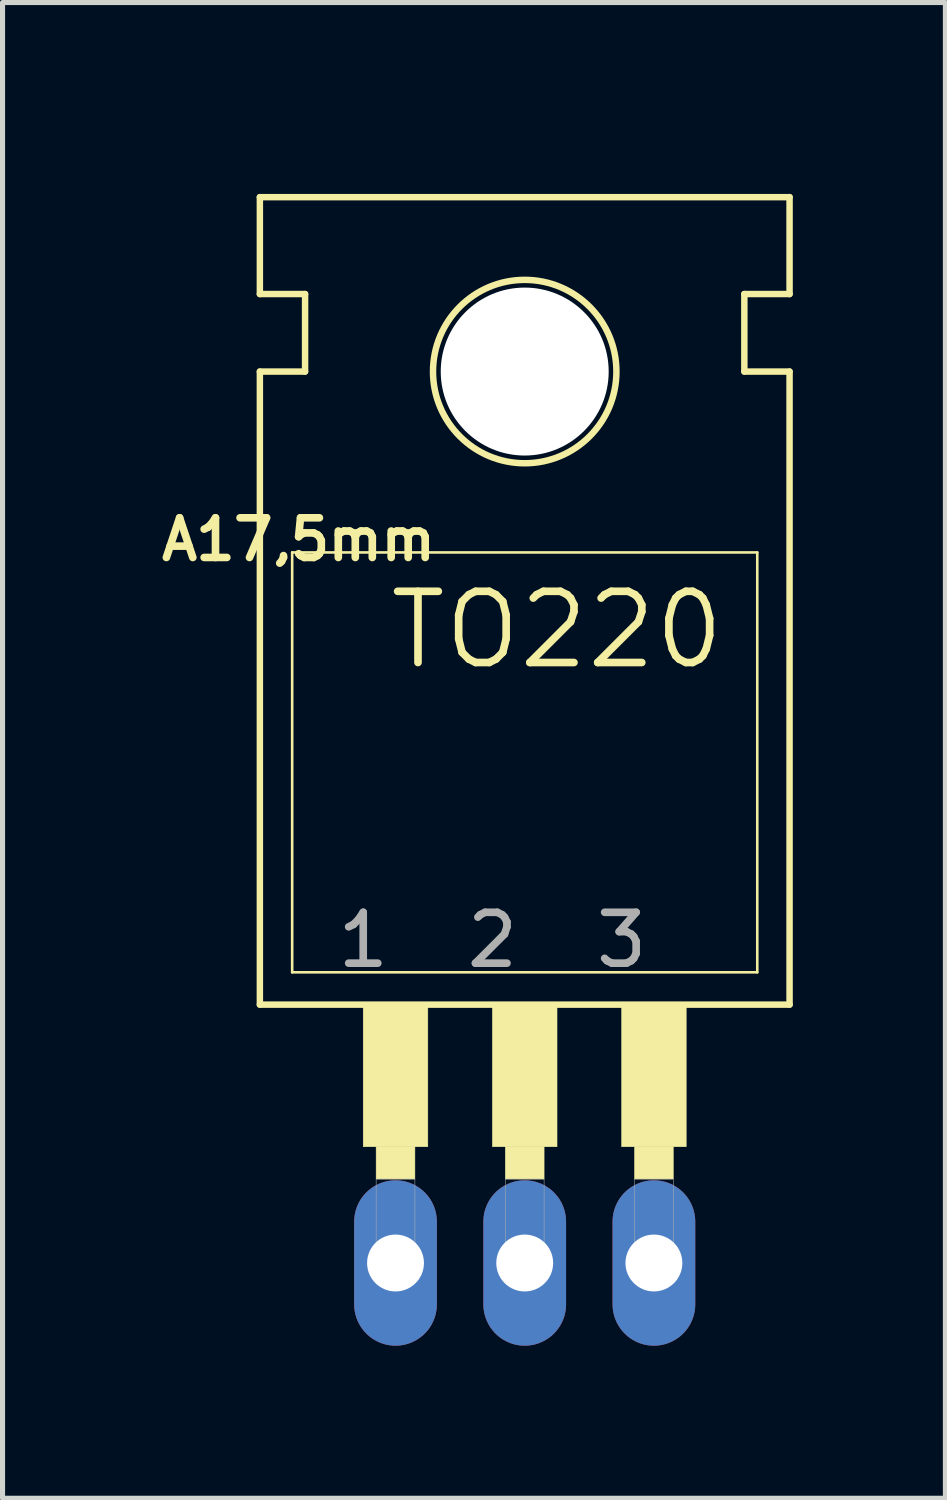
<source format=kicad_pcb>
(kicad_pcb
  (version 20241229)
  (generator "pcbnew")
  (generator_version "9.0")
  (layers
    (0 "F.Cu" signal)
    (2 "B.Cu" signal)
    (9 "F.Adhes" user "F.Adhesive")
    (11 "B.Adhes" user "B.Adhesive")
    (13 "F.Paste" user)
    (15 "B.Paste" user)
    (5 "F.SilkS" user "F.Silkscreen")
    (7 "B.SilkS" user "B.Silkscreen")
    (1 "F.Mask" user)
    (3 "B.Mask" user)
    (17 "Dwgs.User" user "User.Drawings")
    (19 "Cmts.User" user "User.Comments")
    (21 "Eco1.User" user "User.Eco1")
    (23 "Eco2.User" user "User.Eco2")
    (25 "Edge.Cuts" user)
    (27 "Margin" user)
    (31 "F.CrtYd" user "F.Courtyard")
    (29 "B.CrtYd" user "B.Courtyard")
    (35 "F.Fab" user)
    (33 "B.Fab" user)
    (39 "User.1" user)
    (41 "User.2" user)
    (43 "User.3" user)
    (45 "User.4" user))
  (footprint "TO220"
    (layer "F.Cu")
    (at 7.266 15.431)
    (property "Reference" "TO220" (at 0.635 -6.096 0) (layer "F.SilkS") (effects (font (size 1.4 1.4) (thickness 0.15))))
    (attr through_hole)
    (fp_circle (center 0 -11.176) (end 0.635 -11.176) (stroke (width 0.61) (type solid)) (fill no) (layer "B.Cu"))
    (fp_line (start -5.207 -12.7) (end -5.207 -14.605) (stroke (width 0.127) (type solid)) (layer "F.SilkS"))
    (fp_line (start -5.207 -11.176) (end -4.318 -11.176) (stroke (width 0.127) (type solid)) (layer "F.SilkS"))
    (fp_line (start -5.207 1.27) (end -5.207 -11.176) (stroke (width 0.127) (type solid)) (layer "F.SilkS"))
    (fp_line (start -5.207 1.27) (end 5.207 1.27) (stroke (width 0.127) (type solid)) (layer "F.SilkS"))
    (fp_line (start -4.572 0.635) (end -4.572 -7.62) (stroke (width 0.051) (type solid)) (layer "F.SilkS"))
    (fp_line (start -4.572 0.635) (end 4.572 0.635) (stroke (width 0.051) (type solid)) (layer "F.SilkS"))
    (fp_line (start -4.318 -12.7) (end -5.207 -12.7) (stroke (width 0.127) (type solid)) (layer "F.SilkS"))
    (fp_line (start -4.318 -11.176) (end -4.318 -12.7) (stroke (width 0.127) (type solid)) (layer "F.SilkS"))
    (fp_line (start 4.318 -12.7) (end 5.207 -12.7) (stroke (width 0.127) (type solid)) (layer "F.SilkS"))
    (fp_line (start 4.318 -11.176) (end 4.318 -12.7) (stroke (width 0.127) (type solid)) (layer "F.SilkS"))
    (fp_line (start 4.572 -7.62) (end -4.572 -7.62) (stroke (width 0.051) (type solid)) (layer "F.SilkS"))
    (fp_line (start 4.572 -7.62) (end 4.572 0.635) (stroke (width 0.051) (type solid)) (layer "F.SilkS"))
    (fp_line (start 5.207 -14.605) (end -5.207 -14.605) (stroke (width 0.127) (type solid)) (layer "F.SilkS"))
    (fp_line (start 5.207 -12.7) (end 5.207 -14.605) (stroke (width 0.127) (type solid)) (layer "F.SilkS"))
    (fp_line (start 5.207 -11.176) (end 4.318 -11.176) (stroke (width 0.127) (type solid)) (layer "F.SilkS"))
    (fp_line (start 5.207 1.27) (end 5.207 -11.176) (stroke (width 0.127) (type solid)) (layer "F.SilkS"))
    (fp_circle (center 0 -11.176) (end 1.803 -11.176) (stroke (width 0.127) (type solid)) (fill no) (layer "F.SilkS"))
    (fp_poly (pts (xy -3.175 1.27) (xy -1.905 1.27) (xy -1.905 4.064) (xy -3.175 4.064)) (stroke (width 0.01) (type solid)) (fill yes) (layer "F.SilkS"))
    (fp_poly (pts (xy -2.921 4.064) (xy -2.159 4.064) (xy -2.159 4.699) (xy -2.921 4.699)) (stroke (width 0.01) (type solid)) (fill yes) (layer "F.SilkS"))
    (fp_poly (pts (xy -0.635 1.27) (xy 0.635 1.27) (xy 0.635 4.064) (xy -0.635 4.064)) (stroke (width 0.01) (type solid)) (fill yes) (layer "F.SilkS"))
    (fp_poly (pts (xy -0.381 4.064) (xy 0.381 4.064) (xy 0.381 4.699) (xy -0.381 4.699)) (stroke (width 0.01) (type solid)) (fill yes) (layer "F.SilkS"))
    (fp_poly (pts (xy 1.905 1.27) (xy 3.175 1.27) (xy 3.175 4.064) (xy 1.905 4.064)) (stroke (width 0.01) (type solid)) (fill yes) (layer "F.SilkS"))
    (fp_poly (pts (xy 2.159 4.064) (xy 2.921 4.064) (xy 2.921 4.699) (xy 2.159 4.699)) (stroke (width 0.01) (type solid)) (fill yes) (layer "F.SilkS"))
    (fp_poly (pts (xy -2.921 4.699) (xy -2.159 4.699) (xy -2.159 6.604) (xy -2.921 6.604)) (stroke (width 0.01) (type solid)) (fill no) (layer "F.Fab"))
    (fp_poly (pts (xy -0.381 4.699) (xy 0.381 4.699) (xy 0.381 6.604) (xy -0.381 6.604)) (stroke (width 0.01) (type solid)) (fill no) (layer "F.Fab"))
    (fp_poly (pts (xy 2.159 4.699) (xy 2.921 4.699) (xy 2.921 6.604) (xy 2.159 6.604)) (stroke (width 0.01) (type solid)) (fill no) (layer "F.Fab"))
    (fp_text user "A17,5mm" (at -4.445 -7.874 0) (layer "F.SilkS") (effects (font (size 0.78 0.78) (thickness 0.15))))
    (fp_text user "2" (at -0.635 0 0) (layer "F.Fab") (effects (font (size 1 1) (thickness 0.15))))
    (fp_text user "1" (at -3.175 0 0) (layer "F.Fab") (effects (font (size 1 1) (thickness 0.15))))
    (fp_text user "3" (at 1.905 0 0) (layer "F.Fab") (effects (font (size 1 1) (thickness 0.15))))
    (pad "" np_thru_hole circle (at 0 -11.176) (size 3.302 3.302) (drill 3.302) (layers "*.Cu" "*.Mask"))
    (pad "1" thru_hole oval (at -2.54 6.35) (size 1.626 3.251) (drill 1.118) (layers "*.Cu" "*.Mask"))
    (pad "2" thru_hole oval (at 0 6.35) (size 1.626 3.251) (drill 1.118) (layers "*.Cu" "*.Mask"))
    (pad "3" thru_hole oval (at 2.54 6.35) (size 1.626 3.251) (drill 1.118) (layers "*.Cu" "*.Mask"))
    (zone (net_name "") (layers "F.Cu" "B.Cu") (hatch full 0.508) (connect_pads) (min_thickness 0.127) (filled_areas_thickness no) (keepout (tracks allowed) (vias not_allowed) (pads allowed) (copperpour allowed) (footprints allowed)) (placement (enabled no)) (fill) (polygon (pts (xy 11.521 4.255) (xy 11.5 4.672) (xy 11.439 5.085) (xy 11.338 5.49) (xy 11.197 5.883) (xy 11.018 6.26) (xy 10.804 6.618) (xy 10.555 6.954) (xy 10.275 7.263) (xy 9.965 7.543) (xy 9.63 7.792) (xy 9.272 8.007) (xy 8.894 8.185) (xy 8.501 8.326) (xy 8.096 8.427) (xy 7.683 8.489) (xy 7.266 8.509) (xy 6.849 8.489) (xy 6.436 8.427) (xy 6.031 8.326) (xy 5.638 8.185) (xy 5.261 8.007) (xy 4.903 7.792) (xy 4.567 7.543) (xy 4.258 7.263) (xy 3.978 6.954) (xy 3.729 6.618) (xy 3.514 6.26) (xy 3.336 5.883) (xy 3.195 5.49) (xy 3.094 5.085) (xy 3.032 4.672) (xy 3.012 4.255) (xy 3.032 3.837) (xy 3.094 3.424) (xy 3.195 3.019) (xy 3.336 2.626) (xy 3.514 2.249) (xy 3.729 1.891) (xy 3.978 1.555) (xy 4.258 1.246) (xy 4.567 0.966) (xy 4.903 0.717) (xy 5.261 0.502) (xy 5.638 0.324) (xy 6.031 0.183) (xy 6.436 0.082) (xy 6.849 0.02) (xy 7.266 0) (xy 7.683 0.02) (xy 8.096 0.082) (xy 8.501 0.183) (xy 8.894 0.324) (xy 9.272 0.502) (xy 9.63 0.717) (xy 9.965 0.966) (xy 10.275 1.246) (xy 10.555 1.555) (xy 10.804 1.891) (xy 11.018 2.249) (xy 11.197 2.626) (xy 11.338 3.019) (xy 11.439 3.424) (xy 11.5 3.837))))
    (zone (net_name "") (layer "B.Cu") (hatch full 0.508) (connect_pads) (min_thickness 0.127) (filled_areas_thickness no) (keepout (tracks not_allowed) (vias not_allowed) (pads not_allowed) (copperpour not_allowed) (footprints allowed)) (placement (enabled no)) (fill) (polygon (pts (xy 11.521 4.255) (xy 11.5 4.672) (xy 11.439 5.085) (xy 11.338 5.49) (xy 11.197 5.883) (xy 11.018 6.26) (xy 10.804 6.618) (xy 10.555 6.954) (xy 10.275 7.263) (xy 9.965 7.543) (xy 9.63 7.792) (xy 9.272 8.007) (xy 8.894 8.185) (xy 8.501 8.326) (xy 8.096 8.427) (xy 7.683 8.489) (xy 7.266 8.509) (xy 6.849 8.489) (xy 6.436 8.427) (xy 6.031 8.326) (xy 5.638 8.185) (xy 5.261 8.007) (xy 4.903 7.792) (xy 4.567 7.543) (xy 4.258 7.263) (xy 3.978 6.954) (xy 3.729 6.618) (xy 3.514 6.26) (xy 3.336 5.883) (xy 3.195 5.49) (xy 3.094 5.085) (xy 3.032 4.672) (xy 3.012 4.255) (xy 3.032 3.837) (xy 3.094 3.424) (xy 3.195 3.019) (xy 3.336 2.626) (xy 3.514 2.249) (xy 3.729 1.891) (xy 3.978 1.555) (xy 4.258 1.246) (xy 4.567 0.966) (xy 4.903 0.717) (xy 5.261 0.502) (xy 5.638 0.324) (xy 6.031 0.183) (xy 6.436 0.082) (xy 6.849 0.02) (xy 7.266 0) (xy 7.683 0.02) (xy 8.096 0.082) (xy 8.501 0.183) (xy 8.894 0.324) (xy 9.272 0.502) (xy 9.63 0.717) (xy 9.965 0.966) (xy 10.275 1.246) (xy 10.555 1.555) (xy 10.804 1.891) (xy 11.018 2.249) (xy 11.197 2.626) (xy 11.338 3.019) (xy 11.439 3.424) (xy 11.5 3.837)))))
  (gr_rect
    (start -3 -3)
    (end 15.537 26.406)
    (stroke (width 0.1) (type default))
    (fill no)
    (layer "Edge.Cuts")))
</source>
